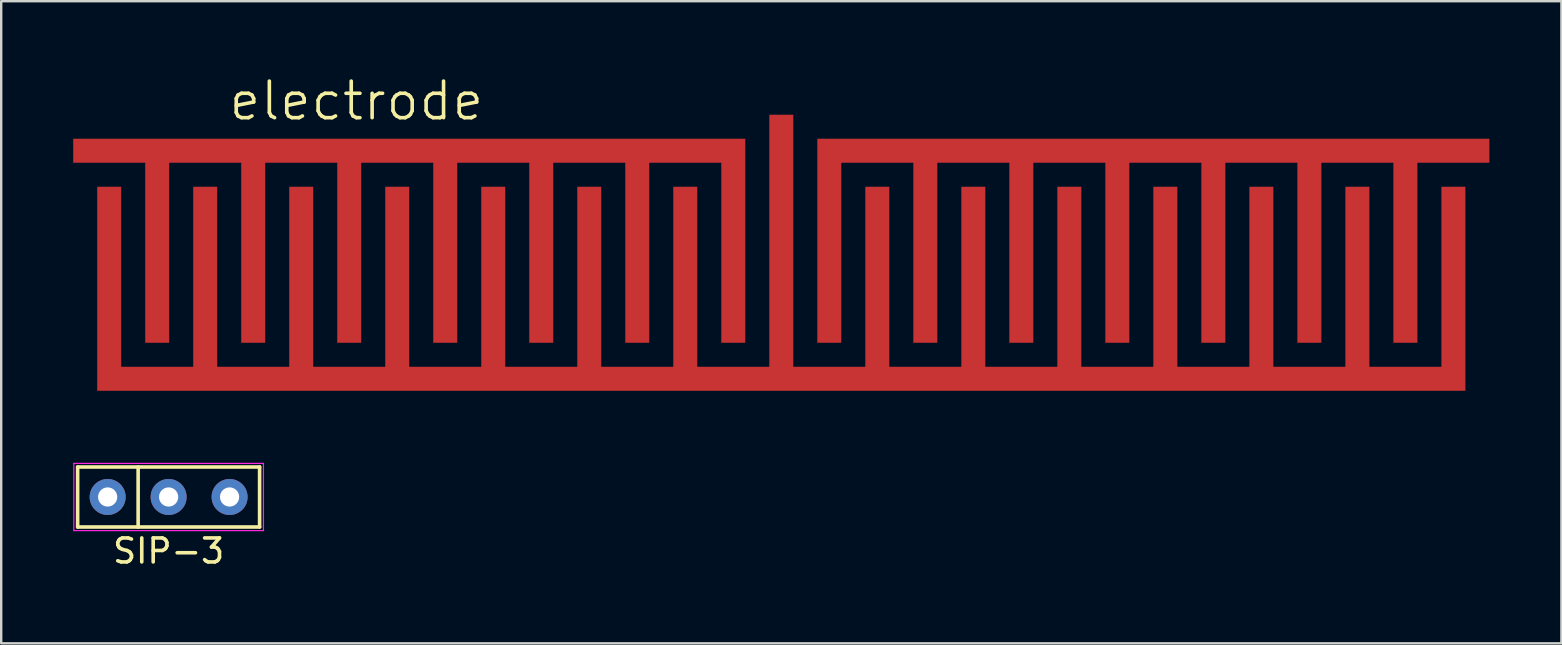
<source format=kicad_pcb>
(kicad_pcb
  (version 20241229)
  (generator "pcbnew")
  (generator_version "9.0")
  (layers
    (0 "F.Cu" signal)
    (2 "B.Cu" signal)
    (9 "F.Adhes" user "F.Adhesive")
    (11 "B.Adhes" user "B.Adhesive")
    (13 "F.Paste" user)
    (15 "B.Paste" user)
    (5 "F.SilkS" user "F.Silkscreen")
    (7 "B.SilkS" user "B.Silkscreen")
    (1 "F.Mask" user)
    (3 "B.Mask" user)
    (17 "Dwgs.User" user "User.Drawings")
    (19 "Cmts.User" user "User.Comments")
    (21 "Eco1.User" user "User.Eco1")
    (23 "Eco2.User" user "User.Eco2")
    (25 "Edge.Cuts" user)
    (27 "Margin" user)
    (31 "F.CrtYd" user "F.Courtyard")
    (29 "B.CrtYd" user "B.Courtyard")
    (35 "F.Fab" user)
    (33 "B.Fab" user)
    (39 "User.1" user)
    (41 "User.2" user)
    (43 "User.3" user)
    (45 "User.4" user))
  (footprint "electrode"
    (layer "F.Cu")
    (at 29.5 7.98)
    (property "Reference" "electrode" (at -17.7 -6.825 0) (layer "F.SilkS") (effects (font (size 1.524 1.524) (thickness 0.15))))
    (attr through_hole)
    (pad "0" smd custom (at 0 4.75) (size 0.000001 0.000001) (layers "F.Cu" "F.Mask" "F.Paste") (options (anchor circle)) (primitives (gr_poly (pts (xy -0.5 -11) (xy 0.5 -11) (xy 0.5 -0.5) (xy 3.5 -0.5) (xy 3.5 -8) (xy 4.5 -8) (xy 4.5 -0.5) (xy 7.5 -0.5) (xy 7.5 -8) (xy 8.5 -8) (xy 8.5 -0.5) (xy 11.5 -0.5) (xy 11.5 -8) (xy 12.5 -8) (xy 12.5 -0.5) (xy 15.5 -0.5) (xy 15.5 -8) (xy 16.5 -8) (xy 16.5 -0.5) (xy 19.5 -0.5) (xy 19.5 -8) (xy 20.5 -8) (xy 20.5 -0.5) (xy 23.5 -0.5) (xy 23.5 -8) (xy 24.5 -8) (xy 24.5 -0.5) (xy 27.5 -0.5) (xy 27.5 -8) (xy 28.5 -8) (xy 28.5 0.5) (xy 0.5 0.5) (xy -0.5 0.5) (xy -28.5 0.5) (xy -28.5 -8) (xy -27.5 -8) (xy -27.5 -0.5) (xy -24.5 -0.5) (xy -24.5 -8) (xy -23.5 -8) (xy -23.5 -0.5) (xy -20.5 -0.5) (xy -20.5 -8) (xy -19.5 -8) (xy -19.5 -0.5) (xy -16.5 -0.5) (xy -16.5 -8) (xy -15.5 -8) (xy -15.5 -0.5) (xy -12.5 -0.5) (xy -12.5 -8) (xy -11.5 -8) (xy -11.5 -0.5) (xy -8.5 -0.5) (xy -8.5 -8) (xy -7.5 -8) (xy -7.5 -0.5) (xy -4.5 -0.5) (xy -4.5 -8) (xy -3.5 -8) (xy -3.5 -0.5) (xy -0.5 -0.5)) (width 0.000001) (fill yes))))
    (pad "1" smd custom (at 29 -4.75) (size 0.000001 0.000001) (layers "F.Cu" "F.Mask" "F.Paste") (options (anchor circle)) (primitives (gr_poly (pts (xy -27.5 -0.5) (xy -27.5 8) (xy -26.5 8) (xy -26.5 0.5) (xy -23.5 0.5) (xy -23.5 8) (xy -22.5 8) (xy -22.5 0.5) (xy -19.5 0.5) (xy -19.5 8) (xy -18.5 8) (xy -18.5 0.5) (xy -15.5 0.5) (xy -15.5 8) (xy -14.5 8) (xy -14.5 0.5) (xy -11.5 0.5) (xy -11.5 8) (xy -10.5 8) (xy -10.5 0.5) (xy -7.5 0.5) (xy -7.5 8) (xy -6.5 8) (xy -6.5 0.5) (xy -3.5 0.5) (xy -3.5 8) (xy -2.5 8) (xy -2.5 0.5) (xy 0.5 0.5) (xy 0.5 -0.5)) (width 0.000001) (fill yes))))
    (pad "2" smd custom (at -29 -4.75) (size 0.000001 0.000001) (layers "F.Cu" "F.Mask" "F.Paste") (options (anchor circle)) (primitives (gr_poly (pts (xy 27.5 -0.5) (xy 27.5 8) (xy 26.5 8) (xy 26.5 0.5) (xy 23.5 0.5) (xy 23.5 8) (xy 22.5 8) (xy 22.5 0.5) (xy 19.5 0.5) (xy 19.5 8) (xy 18.5 8) (xy 18.5 0.5) (xy 15.5 0.5) (xy 15.5 8) (xy 14.5 8) (xy 14.5 0.5) (xy 11.5 0.5) (xy 11.5 8) (xy 10.5 8) (xy 10.5 0.5) (xy 7.5 0.5) (xy 7.5 8) (xy 6.5 8) (xy 6.5 0.5) (xy 3.5 0.5) (xy 3.5 8) (xy 2.5 8) (xy 2.5 0.5) (xy -0.5 0.5) (xy -0.5 -0.5)) (width 0.000001) (fill yes)))))
  (footprint "SIP-3"
    (layer "F.Cu")
    (at 3.975 17.655)
    (property "Reference" "SIP-3" (at 0 2.25 0) (layer "F.SilkS") (effects (font (size 1 1) (thickness 0.15))))
    (attr through_hole)
    (fp_line (start -3.79 -1.25) (end 3.79 -1.25) (stroke (width 0.15) (type solid)) (layer "F.SilkS"))
    (fp_line (start -3.79 1.25) (end -3.79 -1.25) (stroke (width 0.15) (type solid)) (layer "F.SilkS"))
    (fp_line (start -1.27 -1.25) (end -1.27 1.25) (stroke (width 0.15) (type solid)) (layer "F.SilkS"))
    (fp_line (start 3.79 -1.25) (end 3.79 1.25) (stroke (width 0.15) (type solid)) (layer "F.SilkS"))
    (fp_line (start 3.79 1.25) (end -3.79 1.25) (stroke (width 0.15) (type solid)) (layer "F.SilkS"))
    (fp_line (start -3.95 -1.4) (end 3.95 -1.4) (stroke (width 0.05) (type solid)) (layer "F.CrtYd"))
    (fp_line (start -3.95 1.4) (end -3.95 -1.4) (stroke (width 0.05) (type solid)) (layer "F.CrtYd"))
    (fp_line (start 3.95 -1.4) (end 3.95 1.4) (stroke (width 0.05) (type solid)) (layer "F.CrtYd"))
    (fp_line (start 3.95 1.4) (end -3.95 1.4) (stroke (width 0.05) (type solid)) (layer "F.CrtYd"))
    (pad "1" thru_hole circle (at -2.54 0) (size 1.5 1.5) (drill 0.8) (layers "*.Cu" "*.Mask"))
    (pad "2" thru_hole circle (at 0 0) (size 1.5 1.5) (drill 0.8) (layers "*.Cu" "*.Mask"))
    (pad "3" thru_hole circle (at 2.54 0) (size 1.5 1.5) (drill 0.8) (layers "*.Cu" "*.Mask")))
  (gr_rect
    (start -3 -3)
    (end 62 23.753)
    (stroke (width 0.1) (type default))
    (fill no)
    (layer "Edge.Cuts")))
</source>
